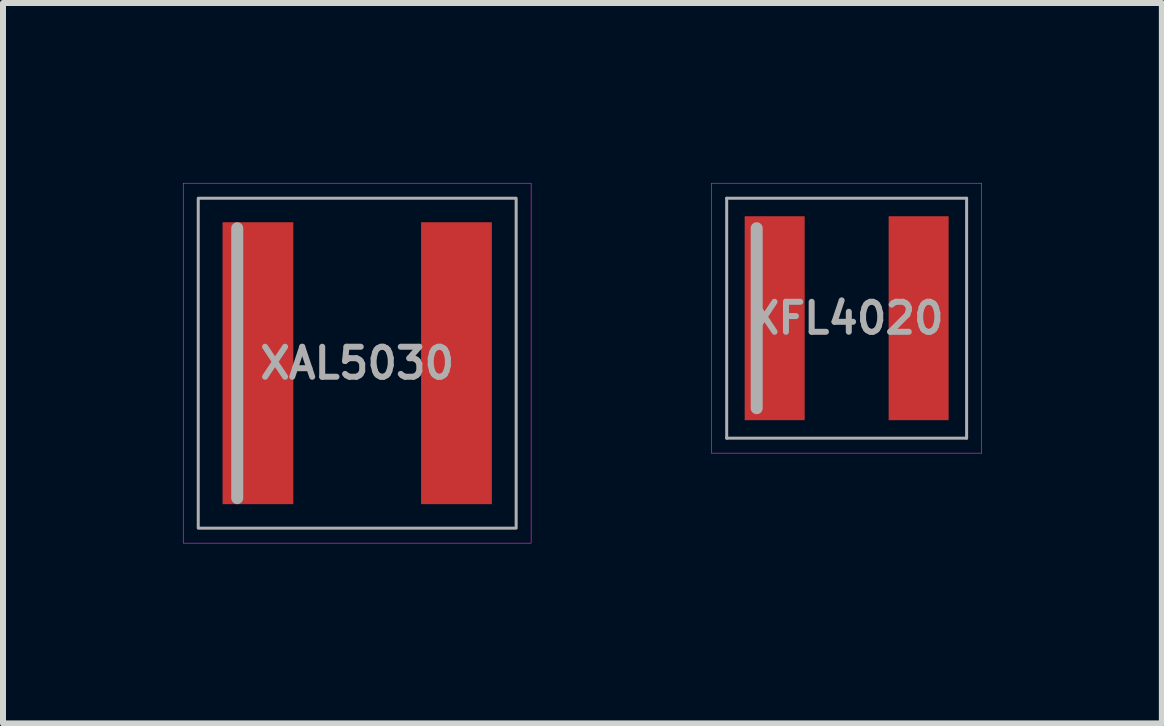
<source format=kicad_pcb>
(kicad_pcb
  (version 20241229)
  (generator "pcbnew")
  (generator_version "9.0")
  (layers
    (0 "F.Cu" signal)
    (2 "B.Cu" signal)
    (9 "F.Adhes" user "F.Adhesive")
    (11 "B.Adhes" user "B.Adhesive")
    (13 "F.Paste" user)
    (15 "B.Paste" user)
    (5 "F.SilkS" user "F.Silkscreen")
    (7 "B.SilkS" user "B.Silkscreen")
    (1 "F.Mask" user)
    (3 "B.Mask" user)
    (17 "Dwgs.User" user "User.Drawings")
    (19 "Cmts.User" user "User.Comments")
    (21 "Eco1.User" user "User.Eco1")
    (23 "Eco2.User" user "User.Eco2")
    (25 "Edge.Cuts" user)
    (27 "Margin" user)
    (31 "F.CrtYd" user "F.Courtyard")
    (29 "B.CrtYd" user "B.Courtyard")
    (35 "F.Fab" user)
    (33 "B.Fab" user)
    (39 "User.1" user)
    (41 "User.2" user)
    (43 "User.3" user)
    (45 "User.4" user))
  (footprint "XFL4020"
    (layer "F.Cu")
    (at 11.065 2.255)
    (property "Reference" "XFL4020" (at 0 0 0) (layer "F.Fab") (effects (font (size 0.5 0.5) (thickness 0.1))))
    (attr smd)
    (fp_line (start -2.25 -2.25) (end -2.25 2.25) (stroke (width 0.01) (type solid)) (layer "F.CrtYd"))
    (fp_line (start -2.25 2.25) (end 2.25 2.25) (stroke (width 0.01) (type solid)) (layer "F.CrtYd"))
    (fp_line (start 2.25 -2.25) (end -2.25 -2.25) (stroke (width 0.01) (type solid)) (layer "F.CrtYd"))
    (fp_line (start 2.25 2.25) (end 2.25 -2.25) (stroke (width 0.01) (type solid)) (layer "F.CrtYd"))
    (fp_line (start -2 -2) (end -2 2) (stroke (width 0.05) (type solid)) (layer "F.Fab"))
    (fp_line (start -2 2) (end 2 2) (stroke (width 0.05) (type solid)) (layer "F.Fab"))
    (fp_line (start -1.5 -1.5) (end -1.5 1.5) (stroke (width 0.2) (type solid)) (layer "F.Fab"))
    (fp_line (start 2 -2) (end -2 -2) (stroke (width 0.05) (type solid)) (layer "F.Fab"))
    (fp_line (start 2 2) (end 2 -2) (stroke (width 0.05) (type solid)) (layer "F.Fab"))
    (pad "1" smd rect (at -1.2 0) (size 1 3.4) (layers "F.Cu" "F.Mask" "F.Paste"))
    (pad "2" smd rect (at 1.2 0) (size 1 3.4) (layers "F.Cu" "F.Mask" "F.Paste")))
  (footprint "XAL5030"
    (layer "F.Cu")
    (at 2.905 3.005)
    (property "Reference" "XAL5030" (at 0 0 0) (layer "F.Fab") (effects (font (size 0.5 0.5) (thickness 0.1))))
    (attr smd)
    (fp_rect (start -2.9 -3) (end 2.9 3) (stroke (width 0.01) (type default)) (fill no) (layer "F.CrtYd"))
    (fp_line (start -2 -2.25) (end -2 2.25) (stroke (width 0.2) (type solid)) (layer "F.Fab"))
    (fp_rect (start -2.65 -2.75) (end 2.65 2.75) (stroke (width 0.05) (type default)) (fill no) (layer "F.Fab"))
    (pad "1" smd rect (at -1.655 0) (size 1.18 4.7) (layers "F.Cu" "F.Mask" "F.Paste"))
    (pad "2" smd rect (at 1.655 0) (size 1.18 4.7) (layers "F.Cu" "F.Mask" "F.Paste")))
  (gr_rect
    (start -3 -3)
    (end 16.32 9.01)
    (stroke (width 0.1) (type default))
    (fill no)
    (layer "Edge.Cuts")))
</source>
